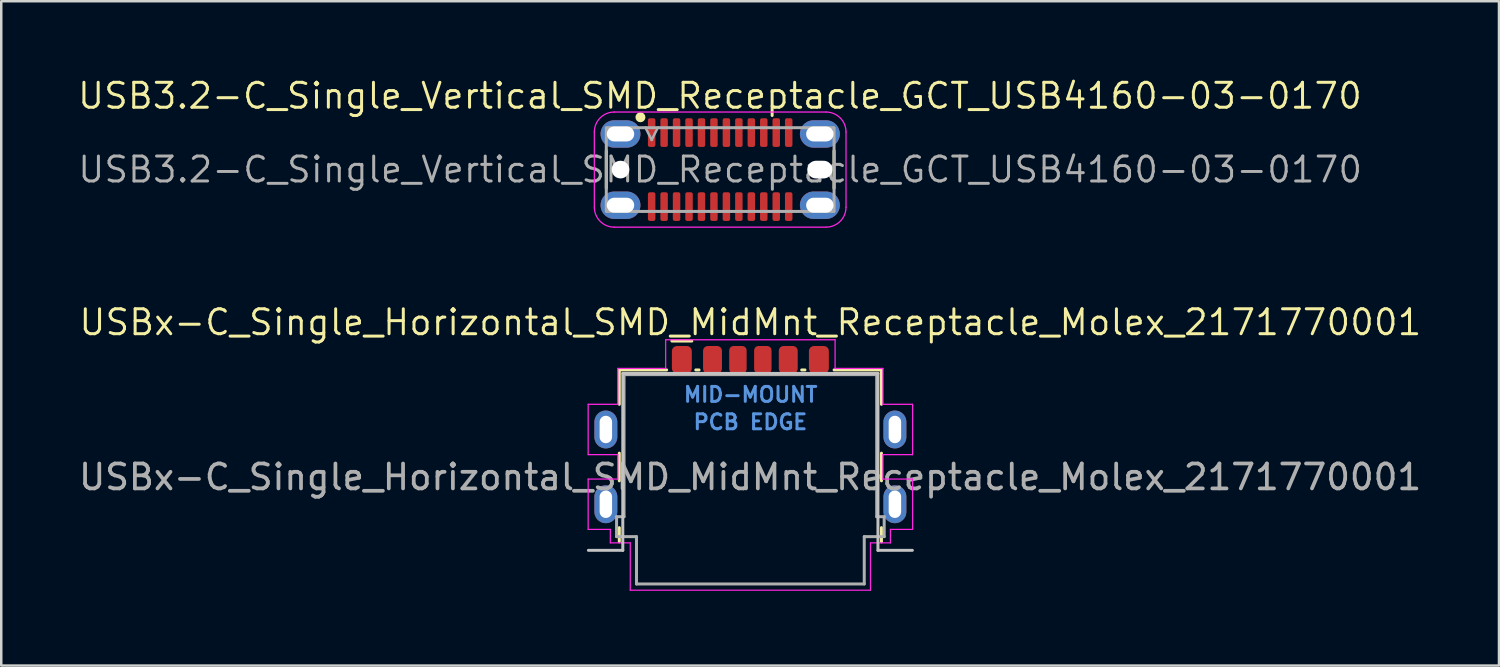
<source format=kicad_pcb>
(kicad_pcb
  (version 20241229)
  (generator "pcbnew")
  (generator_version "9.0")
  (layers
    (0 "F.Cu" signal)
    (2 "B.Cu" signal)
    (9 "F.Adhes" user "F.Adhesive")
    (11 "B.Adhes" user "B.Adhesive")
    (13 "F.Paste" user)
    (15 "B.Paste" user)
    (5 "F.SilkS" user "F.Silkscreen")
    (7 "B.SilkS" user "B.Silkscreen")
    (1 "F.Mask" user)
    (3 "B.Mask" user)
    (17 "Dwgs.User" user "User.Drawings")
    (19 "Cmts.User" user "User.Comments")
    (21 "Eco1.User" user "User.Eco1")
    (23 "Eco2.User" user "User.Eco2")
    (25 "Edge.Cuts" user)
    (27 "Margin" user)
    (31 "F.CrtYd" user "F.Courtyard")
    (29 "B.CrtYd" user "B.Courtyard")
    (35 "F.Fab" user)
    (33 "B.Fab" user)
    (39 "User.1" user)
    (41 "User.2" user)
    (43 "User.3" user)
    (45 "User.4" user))
  (footprint "USB3.2-C_Single_Vertical_SMD_Receptacle_GCT_USB4160-03-0170"
    (layer "F.Cu")
    (at 25.852 3.756)
    (property "Reference" "USB3.2-C_Single_Vertical_SMD_Receptacle_GCT_USB4160-03-0170" (at -0.01 -2.96 0) (unlocked yes) (layer "F.SilkS") (effects (font (size 1 1) (thickness 0.12))))
    (attr smd)
    (fp_line (start -4.57 -0.75) (end -4.57 0.75) (stroke (width 0.12) (type default)) (layer "F.SilkS"))
    (fp_line (start 4.57 -0.75) (end 4.57 0.75) (stroke (width 0.12) (type default)) (layer "F.SilkS"))
    (fp_circle (center -3.2 -2.1) (end -3.1 -2.1) (stroke (width 0.2) (type default)) (fill no) (layer "F.SilkS"))
    (fp_line (start -5.05 -1.51) (end -5.05 1.51) (stroke (width 0.05) (type default)) (layer "F.CrtYd"))
    (fp_line (start -4.25 2.31) (end 4.25 2.31) (stroke (width 0.05) (type default)) (layer "F.CrtYd"))
    (fp_line (start 4.25 -2.31) (end -4.25 -2.31) (stroke (width 0.05) (type default)) (layer "F.CrtYd"))
    (fp_line (start 5.05 1.51) (end 5.05 -1.51) (stroke (width 0.05) (type default)) (layer "F.CrtYd"))
    (fp_arc (start -5.05 -1.51) (mid -4.815685 -2.075685) (end -4.25 -2.31) (stroke (width 0.05) (type default)) (layer "F.CrtYd"))
    (fp_arc (start -4.25 2.31) (mid -4.815685 2.075685) (end -5.05 1.51) (stroke (width 0.05) (type default)) (layer "F.CrtYd"))
    (fp_arc (start 4.25 -2.31) (mid 4.815685 -2.075685) (end 5.05 -1.51) (stroke (width 0.05) (type default)) (layer "F.CrtYd"))
    (fp_arc (start 5.05 1.51) (mid 4.815685 2.075685) (end 4.25 2.31) (stroke (width 0.05) (type default)) (layer "F.CrtYd"))
    (fp_line (start -3 -1.69) (end -2.75 -1.19) (stroke (width 0.1) (type default)) (layer "F.Fab"))
    (fp_line (start -2.75 -1.19) (end -2.5 -1.69) (stroke (width 0.1) (type default)) (layer "F.Fab"))
    (fp_rect (start -4.57 1.68) (end 4.57 -1.68) (stroke (width 0.12) (type default)) (fill no) (layer "F.Fab"))
    (fp_text user "${REFERENCE}" (at 0 0 0) (layer "F.Fab") (effects (font (size 1 1) (thickness 0.12))))
    (pad "" np_thru_hole circle (at -4 0) (size 0.71 0.71) (drill 0.71) (layers "*.Cu" "*.Mask"))
    (pad "" np_thru_hole oval (at 4 0) (size 1.01 0.71) (drill oval 1.01 0.71) (layers "*.Cu" "*.Mask"))
    (pad "A1" smd roundrect (at -2.75 -1.485) (size 0.3 1.15) (layers "F.Cu" "F.Mask" "F.Paste") (roundrect_rratio 0.25))
    (pad "A2" smd roundrect (at -2.25 -1.485) (size 0.3 1.15) (layers "F.Cu" "F.Mask" "F.Paste") (roundrect_rratio 0.25))
    (pad "A3" smd roundrect (at -1.75 -1.485) (size 0.3 1.15) (layers "F.Cu" "F.Mask" "F.Paste") (roundrect_rratio 0.25))
    (pad "A4" smd roundrect (at -1.25 -1.485) (size 0.3 1.15) (layers "F.Cu" "F.Mask" "F.Paste") (roundrect_rratio 0.25))
    (pad "A5" smd roundrect (at -0.75 -1.485) (size 0.3 1.15) (layers "F.Cu" "F.Mask" "F.Paste") (roundrect_rratio 0.25))
    (pad "A6" smd roundrect (at -0.25 -1.485) (size 0.3 1.15) (layers "F.Cu" "F.Mask" "F.Paste") (roundrect_rratio 0.25))
    (pad "A7" smd roundrect (at 0.25 -1.485) (size 0.3 1.15) (layers "F.Cu" "F.Mask" "F.Paste") (roundrect_rratio 0.25))
    (pad "A8" smd roundrect (at 0.75 -1.485) (size 0.3 1.15) (layers "F.Cu" "F.Mask" "F.Paste") (roundrect_rratio 0.25))
    (pad "A9" smd roundrect (at 1.25 -1.485) (size 0.3 1.15) (layers "F.Cu" "F.Mask" "F.Paste") (roundrect_rratio 0.25))
    (pad "A10" smd roundrect (at 1.75 -1.485) (size 0.3 1.15) (layers "F.Cu" "F.Mask" "F.Paste") (roundrect_rratio 0.25))
    (pad "A11" smd roundrect (at 2.25 -1.485) (size 0.3 1.15) (layers "F.Cu" "F.Mask" "F.Paste") (roundrect_rratio 0.25))
    (pad "A12" smd roundrect (at 2.75 -1.485) (size 0.3 1.15) (layers "F.Cu" "F.Mask" "F.Paste") (roundrect_rratio 0.25))
    (pad "B1" smd roundrect (at 2.75 1.485) (size 0.3 1.15) (layers "F.Cu" "F.Mask" "F.Paste") (roundrect_rratio 0.25))
    (pad "B2" smd roundrect (at 2.25 1.485) (size 0.3 1.15) (layers "F.Cu" "F.Mask" "F.Paste") (roundrect_rratio 0.25))
    (pad "B3" smd roundrect (at 1.75 1.485) (size 0.3 1.15) (layers "F.Cu" "F.Mask" "F.Paste") (roundrect_rratio 0.25))
    (pad "B4" smd roundrect (at 1.25 1.485) (size 0.3 1.15) (layers "F.Cu" "F.Mask" "F.Paste") (roundrect_rratio 0.25))
    (pad "B5" smd roundrect (at 0.75 1.485) (size 0.3 1.15) (layers "F.Cu" "F.Mask" "F.Paste") (roundrect_rratio 0.25))
    (pad "B6" smd roundrect (at 0.25 1.485) (size 0.3 1.15) (layers "F.Cu" "F.Mask" "F.Paste") (roundrect_rratio 0.25))
    (pad "B7" smd roundrect (at -0.25 1.485) (size 0.3 1.15) (layers "F.Cu" "F.Mask" "F.Paste") (roundrect_rratio 0.25))
    (pad "B8" smd roundrect (at -0.75 1.485) (size 0.3 1.15) (layers "F.Cu" "F.Mask" "F.Paste") (roundrect_rratio 0.25))
    (pad "B9" smd roundrect (at -1.25 1.485) (size 0.3 1.15) (layers "F.Cu" "F.Mask" "F.Paste") (roundrect_rratio 0.25))
    (pad "B10" smd roundrect (at -1.75 1.485) (size 0.3 1.15) (layers "F.Cu" "F.Mask" "F.Paste") (roundrect_rratio 0.25))
    (pad "B11" smd roundrect (at -2.25 1.485) (size 0.3 1.15) (layers "F.Cu" "F.Mask" "F.Paste") (roundrect_rratio 0.25))
    (pad "B12" smd roundrect (at -2.75 1.485) (size 0.3 1.15) (layers "F.Cu" "F.Mask" "F.Paste") (roundrect_rratio 0.25))
    (pad "S1" thru_hole oval (at -4 -1.43 90) (size 1.1 1.6) (drill oval 0.6 1.1) (layers "*.Cu" "*.Mask"))
    (pad "S1" thru_hole oval (at -4 1.43 90) (size 1.1 1.6) (drill oval 0.6 1.1) (layers "*.Cu" "*.Mask"))
    (pad "S1" thru_hole oval (at 4 -1.43 90) (size 1.1 1.6) (drill oval 0.6 1.1) (layers "*.Cu" "*.Mask"))
    (pad "S1" thru_hole oval (at 4 1.43 90) (size 1.1 1.6) (drill oval 0.6 1.1) (layers "*.Cu" "*.Mask")))
  (footprint "USBx-C_Single_Horizontal_SMD_MidMnt_Receptacle_Molex_2171770001"
    (layer "F.Cu")
    (at 27.064 15.686)
    (property "Reference" "USBx-C_Single_Horizontal_SMD_MidMnt_Receptacle_Molex_2171770001" (at 0 -5.8 0) (unlocked yes) (layer "F.SilkS") (effects (font (size 1 1) (thickness 0.12))))
    (attr smd)
    (fp_line (start -5.26 -2.51) (end -5.26 -3.89) (stroke (width 0.12) (type solid)) (layer "F.SilkS"))
    (fp_line (start -5.26 -0.55) (end -5.26 0.56) (stroke (width 0.12) (type solid)) (layer "F.SilkS"))
    (fp_line (start -5.26 2.44) (end -5.26 3.01) (stroke (width 0.12) (type solid)) (layer "F.SilkS"))
    (fp_line (start -3.36 -3.89) (end -5.26 -3.89) (stroke (width 0.12) (type solid)) (layer "F.SilkS"))
    (fp_line (start -3.15 -5.05) (end -2.35 -5.05) (stroke (width 0.12) (type solid)) (layer "F.SilkS"))
    (fp_line (start -2.19 -3.89) (end -2.06 -3.89) (stroke (width 0.12) (type solid)) (layer "F.SilkS"))
    (fp_line (start 2.19 -3.89) (end 2.06 -3.89) (stroke (width 0.12) (type solid)) (layer "F.SilkS"))
    (fp_line (start 3.36 -3.89) (end 5.26 -3.89) (stroke (width 0.12) (type solid)) (layer "F.SilkS"))
    (fp_line (start 5.26 -2.51) (end 5.26 -3.89) (stroke (width 0.12) (type solid)) (layer "F.SilkS"))
    (fp_line (start 5.26 0.56) (end 5.26 -0.55) (stroke (width 0.12) (type solid)) (layer "F.SilkS"))
    (fp_line (start 5.26 2.44) (end 5.26 3.01) (stroke (width 0.12) (type solid)) (layer "F.SilkS"))
    (fp_line (start -5.12 -3.75) (end 5.12 -3.75) (stroke (width 0.12) (type solid)) (layer "Dwgs.User"))
    (fp_line (start -5.12 3.35) (end -6.5 3.35) (stroke (width 0.12) (type solid)) (layer "Dwgs.User"))
    (fp_line (start -5.12 3.35) (end -5.12 -3.75) (stroke (width 0.12) (type solid)) (layer "Dwgs.User"))
    (fp_line (start 5.12 3.35) (end 5.12 -3.75) (stroke (width 0.12) (type solid)) (layer "Dwgs.User"))
    (fp_line (start 5.12 3.35) (end 6.5 3.35) (stroke (width 0.12) (type solid)) (layer "Dwgs.User"))
    (fp_line (start -6.51 -2.51) (end -6.51 -0.49) (stroke (width 0.05) (type solid)) (layer "F.CrtYd"))
    (fp_line (start -6.51 -2.51) (end -5.32 -2.51) (stroke (width 0.05) (type solid)) (layer "F.CrtYd"))
    (fp_line (start -6.51 0.49) (end -6.51 2.51) (stroke (width 0.05) (type solid)) (layer "F.CrtYd"))
    (fp_line (start -6.51 0.49) (end -5.32 0.49) (stroke (width 0.05) (type solid)) (layer "F.CrtYd"))
    (fp_line (start -5.62 2.51) (end -6.51 2.51) (stroke (width 0.05) (type solid)) (layer "F.CrtYd"))
    (fp_line (start -5.62 2.51) (end -5.62 3.05) (stroke (width 0.05) (type solid)) (layer "F.CrtYd"))
    (fp_line (start -5.62 3.05) (end -4.82 3.05) (stroke (width 0.05) (type solid)) (layer "F.CrtYd"))
    (fp_line (start -5.32 -3.95) (end -5.32 -2.51) (stroke (width 0.05) (type solid)) (layer "F.CrtYd"))
    (fp_line (start -5.32 -3.95) (end -3.4 -3.95) (stroke (width 0.05) (type solid)) (layer "F.CrtYd"))
    (fp_line (start -5.32 -0.49) (end -6.51 -0.49) (stroke (width 0.05) (type solid)) (layer "F.CrtYd"))
    (fp_line (start -5.32 -0.49) (end -5.32 0.49) (stroke (width 0.05) (type solid)) (layer "F.CrtYd"))
    (fp_line (start -4.82 4.95) (end -4.82 3.05) (stroke (width 0.05) (type solid)) (layer "F.CrtYd"))
    (fp_line (start -3.4 -5.1) (end 3.4 -5.1) (stroke (width 0.05) (type solid)) (layer "F.CrtYd"))
    (fp_line (start -3.4 -3.95) (end -3.4 -5.1) (stroke (width 0.05) (type solid)) (layer "F.CrtYd"))
    (fp_line (start 3.4 -3.95) (end 3.4 -5.1) (stroke (width 0.05) (type solid)) (layer "F.CrtYd"))
    (fp_line (start 4.82 4.95) (end -4.82 4.95) (stroke (width 0.05) (type solid)) (layer "F.CrtYd"))
    (fp_line (start 4.82 4.95) (end 4.82 3.05) (stroke (width 0.05) (type solid)) (layer "F.CrtYd"))
    (fp_line (start 5.32 -3.95) (end 3.4 -3.95) (stroke (width 0.05) (type solid)) (layer "F.CrtYd"))
    (fp_line (start 5.32 -3.95) (end 5.32 -2.51) (stroke (width 0.05) (type solid)) (layer "F.CrtYd"))
    (fp_line (start 5.32 -0.49) (end 5.32 0.49) (stroke (width 0.05) (type solid)) (layer "F.CrtYd"))
    (fp_line (start 5.32 -0.49) (end 6.51 -0.49) (stroke (width 0.05) (type solid)) (layer "F.CrtYd"))
    (fp_line (start 5.62 2.51) (end 5.62 3.05) (stroke (width 0.05) (type solid)) (layer "F.CrtYd"))
    (fp_line (start 5.62 2.51) (end 6.51 2.51) (stroke (width 0.05) (type solid)) (layer "F.CrtYd"))
    (fp_line (start 5.62 3.05) (end 4.82 3.05) (stroke (width 0.05) (type solid)) (layer "F.CrtYd"))
    (fp_line (start 6.51 -2.51) (end 5.32 -2.51) (stroke (width 0.05) (type solid)) (layer "F.CrtYd"))
    (fp_line (start 6.51 -2.51) (end 6.51 -0.49) (stroke (width 0.05) (type solid)) (layer "F.CrtYd"))
    (fp_line (start 6.51 0.49) (end 5.32 0.49) (stroke (width 0.05) (type solid)) (layer "F.CrtYd"))
    (fp_line (start 6.51 0.49) (end 6.51 2.51) (stroke (width 0.05) (type solid)) (layer "F.CrtYd"))
    (fp_line (start -5.37 2) (end -5.07 2) (stroke (width 0.12) (type solid)) (layer "F.Fab"))
    (fp_line (start -5.37 2.8) (end -5.37 2) (stroke (width 0.12) (type solid)) (layer "F.Fab"))
    (fp_line (start -5.07 -3.7) (end 5.07 -3.7) (stroke (width 0.12) (type solid)) (layer "F.Fab"))
    (fp_line (start -5.07 2) (end -5.07 -3.7) (stroke (width 0.12) (type solid)) (layer "F.Fab"))
    (fp_line (start -4.57 2.8) (end -5.37 2.8) (stroke (width 0.12) (type solid)) (layer "F.Fab"))
    (fp_line (start -4.57 4.7) (end -4.57 2.8) (stroke (width 0.12) (type solid)) (layer "F.Fab"))
    (fp_line (start 4.57 2.8) (end 5.37 2.8) (stroke (width 0.12) (type solid)) (layer "F.Fab"))
    (fp_line (start 4.57 4.7) (end -4.57 4.7) (stroke (width 0.12) (type solid)) (layer "F.Fab"))
    (fp_line (start 4.57 4.7) (end 4.57 2.8) (stroke (width 0.12) (type solid)) (layer "F.Fab"))
    (fp_line (start 5.07 2) (end 5.07 -3.7) (stroke (width 0.12) (type solid)) (layer "F.Fab"))
    (fp_line (start 5.37 2) (end 5.07 2) (stroke (width 0.12) (type solid)) (layer "F.Fab"))
    (fp_line (start 5.37 2.8) (end 5.37 2) (stroke (width 0.12) (type solid)) (layer "F.Fab"))
    (fp_text user "PCB EDGE" (at 0 -1.8 0) (layer "Cmts.User") (effects (font (size 0.6 0.6) (thickness 0.12))))
    (fp_text user "MID-MOUNT" (at 0.01 -2.9 0) (layer "Cmts.User") (effects (font (size 0.6 0.6) (thickness 0.12))))
    (fp_text user "${REFERENCE}" (at -0.01 0.41 0) (layer "F.Fab") (effects (font (size 1 1) (thickness 0.15))))
    (pad "C1" smd roundrect (at -2.75 -4.3) (size 0.8 1.1) (layers "F.Cu" "F.Mask" "F.Paste") (roundrect_rratio 0.25))
    (pad "C2" smd roundrect (at -1.52 -4.3) (size 0.76 1.1) (layers "F.Cu" "F.Mask" "F.Paste") (roundrect_rratio 0.25))
    (pad "C3" smd roundrect (at -0.5 -4.3) (size 0.7 1.1) (layers "F.Cu" "F.Mask" "F.Paste") (roundrect_rratio 0.25))
    (pad "C4" smd roundrect (at 0.5 -4.3) (size 0.7 1.1) (layers "F.Cu" "F.Mask" "F.Paste") (roundrect_rratio 0.25))
    (pad "C5" smd roundrect (at 1.52 -4.3) (size 0.76 1.1) (layers "F.Cu" "F.Mask" "F.Paste") (roundrect_rratio 0.25))
    (pad "C6" smd roundrect (at 2.75 -4.3) (size 0.8 1.1) (layers "F.Cu" "F.Mask" "F.Paste") (roundrect_rratio 0.25))
    (pad "SH" thru_hole oval (at -5.8 -1.5) (size 0.92 1.52) (drill oval 0.5 1.1) (layers "*.Cu" "*.Mask"))
    (pad "SH" thru_hole oval (at -5.8 1.5) (size 0.92 1.52) (drill oval 0.5 1.1) (layers "*.Cu" "*.Mask"))
    (pad "SH" thru_hole oval (at 5.8 -1.5) (size 0.92 1.52) (drill oval 0.5 1.1) (layers "*.Cu" "*.Mask"))
    (pad "SH" thru_hole oval (at 5.8 1.5) (size 0.92 1.52) (drill oval 0.5 1.1) (layers "*.Cu" "*.Mask")))
  (gr_rect
    (start -3 -3)
    (end 57.107 23.661)
    (stroke (width 0.1) (type default))
    (fill no)
    (layer "Edge.Cuts")))
</source>
